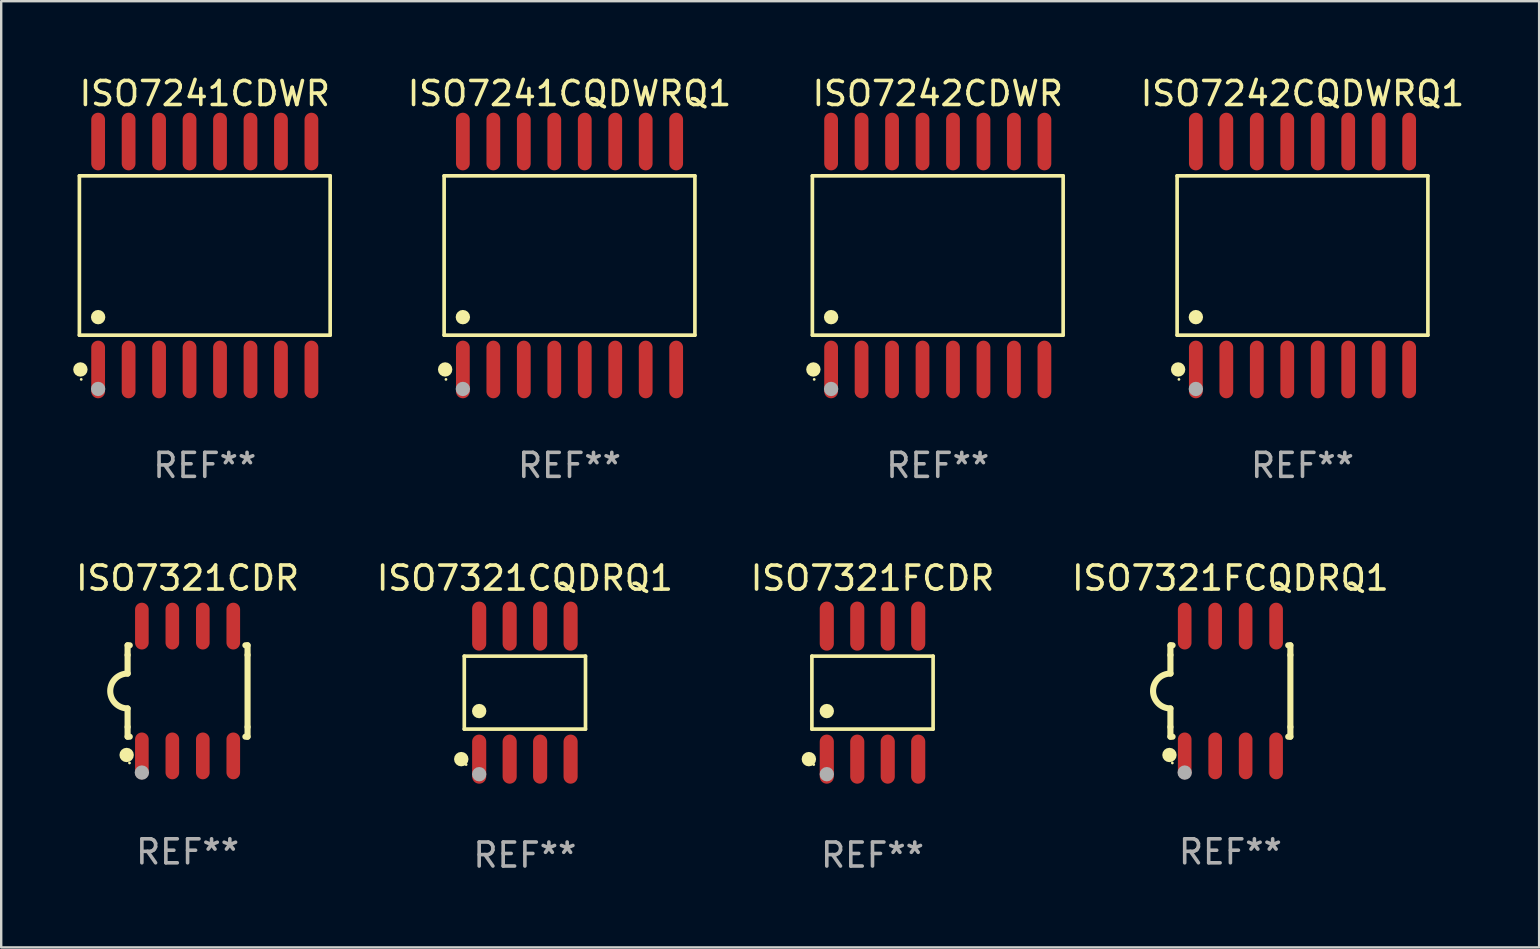
<source format=kicad_pcb>
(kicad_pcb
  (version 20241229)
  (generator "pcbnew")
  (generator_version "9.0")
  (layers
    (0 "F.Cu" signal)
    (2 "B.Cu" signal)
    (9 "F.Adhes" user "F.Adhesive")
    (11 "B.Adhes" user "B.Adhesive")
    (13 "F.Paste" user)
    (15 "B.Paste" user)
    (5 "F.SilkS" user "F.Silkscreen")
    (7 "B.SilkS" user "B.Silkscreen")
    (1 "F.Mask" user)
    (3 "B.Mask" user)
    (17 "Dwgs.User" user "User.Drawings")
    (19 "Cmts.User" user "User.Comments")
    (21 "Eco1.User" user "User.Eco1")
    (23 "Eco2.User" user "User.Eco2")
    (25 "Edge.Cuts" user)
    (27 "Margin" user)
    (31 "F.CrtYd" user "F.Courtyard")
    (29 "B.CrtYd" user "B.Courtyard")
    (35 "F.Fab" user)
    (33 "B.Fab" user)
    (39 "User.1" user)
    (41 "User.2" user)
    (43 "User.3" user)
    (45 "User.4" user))
  (footprint "ISO7321FCDR"
    (layer "F.Cu")
    (at 33.315 25.818)
    (property "Reference" "ISO7321FCDR" (at 0 -4.772 0) (layer "F.SilkS") (effects (font (size 1 1) (thickness 0.15))))
    (attr through_hole)
    (fp_line (start -2.526 -1.521) (end 2.526 -1.521) (stroke (width 0.152) (type solid)) (layer "F.SilkS"))
    (fp_line (start -2.526 1.521) (end -2.526 -1.521) (stroke (width 0.152) (type solid)) (layer "F.SilkS"))
    (fp_line (start 2.526 -1.521) (end 2.526 1.521) (stroke (width 0.152) (type solid)) (layer "F.SilkS"))
    (fp_line (start 2.526 1.521) (end -2.526 1.521) (stroke (width 0.152) (type solid)) (layer "F.SilkS"))
    (fp_circle (center -2.652 2.772) (end -2.501 2.772) (stroke (width 0.3) (type solid)) (fill no) (layer "F.SilkS"))
    (fp_circle (center -2.45 3) (end -2.42 3) (stroke (width 0.06) (type solid)) (fill no) (layer "F.SilkS"))
    (fp_circle (center -1.905 0.769) (end -1.755 0.769) (stroke (width 0.3) (type solid)) (fill no) (layer "F.SilkS"))
    (fp_circle (center -1.905 3.4) (end -1.755 3.4) (stroke (width 0.3) (type solid)) (fill no) (layer "F.Fab"))
    (fp_text user "REF**" (at 0 6.772 0) (layer "F.Fab") (effects (font (size 1 1) (thickness 0.15))))
    (pad "1" smd oval (at -1.905 2.772) (size 0.588 2.045) (layers "F.Cu" "F.Mask" "F.Paste"))
    (pad "2" smd oval (at -0.635 2.772) (size 0.588 2.045) (layers "F.Cu" "F.Mask" "F.Paste"))
    (pad "3" smd oval (at 0.635 2.772) (size 0.588 2.045) (layers "F.Cu" "F.Mask" "F.Paste"))
    (pad "4" smd oval (at 1.905 2.772) (size 0.588 2.045) (layers "F.Cu" "F.Mask" "F.Paste"))
    (pad "5" smd oval (at 1.905 -2.772) (size 0.588 2.045) (layers "F.Cu" "F.Mask" "F.Paste"))
    (pad "6" smd oval (at 0.635 -2.772) (size 0.588 2.045) (layers "F.Cu" "F.Mask" "F.Paste"))
    (pad "7" smd oval (at -0.635 -2.772) (size 0.588 2.045) (layers "F.Cu" "F.Mask" "F.Paste"))
    (pad "8" smd oval (at -1.905 -2.772) (size 0.588 2.045) (layers "F.Cu" "F.Mask" "F.Paste")))
  (footprint "ISO7241CDWR"
    (layer "F.Cu")
    (at 5.485 7.599)
    (property "Reference" "ISO7241CDWR" (at 0 -6.75 0) (layer "F.SilkS") (effects (font (size 1 1) (thickness 0.15))))
    (attr through_hole)
    (fp_line (start -5.226 -3.321) (end 5.226 -3.321) (stroke (width 0.152) (type solid)) (layer "F.SilkS"))
    (fp_line (start -5.226 3.321) (end -5.226 -3.321) (stroke (width 0.152) (type solid)) (layer "F.SilkS"))
    (fp_line (start 5.226 -3.321) (end 5.226 3.321) (stroke (width 0.152) (type solid)) (layer "F.SilkS"))
    (fp_line (start 5.226 3.321) (end -5.226 3.321) (stroke (width 0.152) (type solid)) (layer "F.SilkS"))
    (fp_circle (center -5.184 4.75) (end -5.034 4.75) (stroke (width 0.3) (type solid)) (fill no) (layer "F.SilkS"))
    (fp_circle (center -5.15 5.163) (end -5.12 5.163) (stroke (width 0.06) (type solid)) (fill no) (layer "F.SilkS"))
    (fp_circle (center -4.445 2.569) (end -4.295 2.569) (stroke (width 0.3) (type solid)) (fill no) (layer "F.SilkS"))
    (fp_circle (center -4.445 5.563) (end -4.295 5.563) (stroke (width 0.3) (type solid)) (fill no) (layer "F.Fab"))
    (fp_text user "REF**" (at 0 8.75 0) (layer "F.Fab") (effects (font (size 1 1) (thickness 0.15))))
    (pad "1" smd oval (at -4.445 4.75) (size 0.574 2.401) (layers "F.Cu" "F.Mask" "F.Paste"))
    (pad "2" smd oval (at -3.175 4.75) (size 0.574 2.401) (layers "F.Cu" "F.Mask" "F.Paste"))
    (pad "3" smd oval (at -1.905 4.75) (size 0.574 2.401) (layers "F.Cu" "F.Mask" "F.Paste"))
    (pad "4" smd oval (at -0.635 4.75) (size 0.574 2.401) (layers "F.Cu" "F.Mask" "F.Paste"))
    (pad "5" smd oval (at 0.635 4.75) (size 0.574 2.401) (layers "F.Cu" "F.Mask" "F.Paste"))
    (pad "6" smd oval (at 1.905 4.75) (size 0.574 2.401) (layers "F.Cu" "F.Mask" "F.Paste"))
    (pad "7" smd oval (at 3.175 4.75) (size 0.574 2.401) (layers "F.Cu" "F.Mask" "F.Paste"))
    (pad "8" smd oval (at 4.445 4.75) (size 0.574 2.401) (layers "F.Cu" "F.Mask" "F.Paste"))
    (pad "9" smd oval (at 4.445 -4.75) (size 0.574 2.401) (layers "F.Cu" "F.Mask" "F.Paste"))
    (pad "10" smd oval (at 3.175 -4.75) (size 0.574 2.401) (layers "F.Cu" "F.Mask" "F.Paste"))
    (pad "11" smd oval (at 1.905 -4.75) (size 0.574 2.401) (layers "F.Cu" "F.Mask" "F.Paste"))
    (pad "12" smd oval (at 0.635 -4.75) (size 0.574 2.401) (layers "F.Cu" "F.Mask" "F.Paste"))
    (pad "13" smd oval (at -0.635 -4.75) (size 0.574 2.401) (layers "F.Cu" "F.Mask" "F.Paste"))
    (pad "14" smd oval (at -1.905 -4.75) (size 0.574 2.401) (layers "F.Cu" "F.Mask" "F.Paste"))
    (pad "15" smd oval (at -3.175 -4.75) (size 0.574 2.401) (layers "F.Cu" "F.Mask" "F.Paste"))
    (pad "16" smd oval (at -4.445 -4.75) (size 0.574 2.401) (layers "F.Cu" "F.Mask" "F.Paste")))
  (footprint "ISO7241CQDWRQ1"
    (layer "F.Cu")
    (at 20.687 7.599)
    (property "Reference" "ISO7241CQDWRQ1" (at 0 -6.75 0) (layer "F.SilkS") (effects (font (size 1 1) (thickness 0.15))))
    (attr through_hole)
    (fp_line (start -5.226 -3.321) (end 5.226 -3.321) (stroke (width 0.152) (type solid)) (layer "F.SilkS"))
    (fp_line (start -5.226 3.321) (end -5.226 -3.321) (stroke (width 0.152) (type solid)) (layer "F.SilkS"))
    (fp_line (start 5.226 -3.321) (end 5.226 3.321) (stroke (width 0.152) (type solid)) (layer "F.SilkS"))
    (fp_line (start 5.226 3.321) (end -5.226 3.321) (stroke (width 0.152) (type solid)) (layer "F.SilkS"))
    (fp_circle (center -5.184 4.75) (end -5.034 4.75) (stroke (width 0.3) (type solid)) (fill no) (layer "F.SilkS"))
    (fp_circle (center -5.15 5.163) (end -5.12 5.163) (stroke (width 0.06) (type solid)) (fill no) (layer "F.SilkS"))
    (fp_circle (center -4.445 2.569) (end -4.295 2.569) (stroke (width 0.3) (type solid)) (fill no) (layer "F.SilkS"))
    (fp_circle (center -4.445 5.563) (end -4.295 5.563) (stroke (width 0.3) (type solid)) (fill no) (layer "F.Fab"))
    (fp_text user "REF**" (at 0 8.75 0) (layer "F.Fab") (effects (font (size 1 1) (thickness 0.15))))
    (pad "1" smd oval (at -4.445 4.75) (size 0.574 2.401) (layers "F.Cu" "F.Mask" "F.Paste"))
    (pad "2" smd oval (at -3.175 4.75) (size 0.574 2.401) (layers "F.Cu" "F.Mask" "F.Paste"))
    (pad "3" smd oval (at -1.905 4.75) (size 0.574 2.401) (layers "F.Cu" "F.Mask" "F.Paste"))
    (pad "4" smd oval (at -0.635 4.75) (size 0.574 2.401) (layers "F.Cu" "F.Mask" "F.Paste"))
    (pad "5" smd oval (at 0.635 4.75) (size 0.574 2.401) (layers "F.Cu" "F.Mask" "F.Paste"))
    (pad "6" smd oval (at 1.905 4.75) (size 0.574 2.401) (layers "F.Cu" "F.Mask" "F.Paste"))
    (pad "7" smd oval (at 3.175 4.75) (size 0.574 2.401) (layers "F.Cu" "F.Mask" "F.Paste"))
    (pad "8" smd oval (at 4.445 4.75) (size 0.574 2.401) (layers "F.Cu" "F.Mask" "F.Paste"))
    (pad "9" smd oval (at 4.445 -4.75) (size 0.574 2.401) (layers "F.Cu" "F.Mask" "F.Paste"))
    (pad "10" smd oval (at 3.175 -4.75) (size 0.574 2.401) (layers "F.Cu" "F.Mask" "F.Paste"))
    (pad "11" smd oval (at 1.905 -4.75) (size 0.574 2.401) (layers "F.Cu" "F.Mask" "F.Paste"))
    (pad "12" smd oval (at 0.635 -4.75) (size 0.574 2.401) (layers "F.Cu" "F.Mask" "F.Paste"))
    (pad "13" smd oval (at -0.635 -4.75) (size 0.574 2.401) (layers "F.Cu" "F.Mask" "F.Paste"))
    (pad "14" smd oval (at -1.905 -4.75) (size 0.574 2.401) (layers "F.Cu" "F.Mask" "F.Paste"))
    (pad "15" smd oval (at -3.175 -4.75) (size 0.574 2.401) (layers "F.Cu" "F.Mask" "F.Paste"))
    (pad "16" smd oval (at -4.445 -4.75) (size 0.574 2.401) (layers "F.Cu" "F.Mask" "F.Paste")))
  (footprint "ISO7321CQDRQ1"
    (layer "F.Cu")
    (at 18.827 25.818)
    (property "Reference" "ISO7321CQDRQ1" (at 0 -4.772 0) (layer "F.SilkS") (effects (font (size 1 1) (thickness 0.15))))
    (attr through_hole)
    (fp_line (start -2.526 -1.521) (end 2.526 -1.521) (stroke (width 0.152) (type solid)) (layer "F.SilkS"))
    (fp_line (start -2.526 1.521) (end -2.526 -1.521) (stroke (width 0.152) (type solid)) (layer "F.SilkS"))
    (fp_line (start 2.526 -1.521) (end 2.526 1.521) (stroke (width 0.152) (type solid)) (layer "F.SilkS"))
    (fp_line (start 2.526 1.521) (end -2.526 1.521) (stroke (width 0.152) (type solid)) (layer "F.SilkS"))
    (fp_circle (center -2.652 2.772) (end -2.501 2.772) (stroke (width 0.3) (type solid)) (fill no) (layer "F.SilkS"))
    (fp_circle (center -2.45 3) (end -2.42 3) (stroke (width 0.06) (type solid)) (fill no) (layer "F.SilkS"))
    (fp_circle (center -1.905 0.769) (end -1.755 0.769) (stroke (width 0.3) (type solid)) (fill no) (layer "F.SilkS"))
    (fp_circle (center -1.905 3.4) (end -1.755 3.4) (stroke (width 0.3) (type solid)) (fill no) (layer "F.Fab"))
    (fp_text user "REF**" (at 0 6.772 0) (layer "F.Fab") (effects (font (size 1 1) (thickness 0.15))))
    (pad "1" smd oval (at -1.905 2.772) (size 0.588 2.045) (layers "F.Cu" "F.Mask" "F.Paste"))
    (pad "2" smd oval (at -0.635 2.772) (size 0.588 2.045) (layers "F.Cu" "F.Mask" "F.Paste"))
    (pad "3" smd oval (at 0.635 2.772) (size 0.588 2.045) (layers "F.Cu" "F.Mask" "F.Paste"))
    (pad "4" smd oval (at 1.905 2.772) (size 0.588 2.045) (layers "F.Cu" "F.Mask" "F.Paste"))
    (pad "5" smd oval (at 1.905 -2.772) (size 0.588 2.045) (layers "F.Cu" "F.Mask" "F.Paste"))
    (pad "6" smd oval (at 0.635 -2.772) (size 0.588 2.045) (layers "F.Cu" "F.Mask" "F.Paste"))
    (pad "7" smd oval (at -0.635 -2.772) (size 0.588 2.045) (layers "F.Cu" "F.Mask" "F.Paste"))
    (pad "8" smd oval (at -1.905 -2.772) (size 0.588 2.045) (layers "F.Cu" "F.Mask" "F.Paste")))
  (footprint "ISO7321FCQDRQ1"
    (layer "F.Cu")
    (at 48.232 25.75)
    (property "Reference" "ISO7321FCQDRQ1" (at 0 -4.705 0) (layer "F.SilkS") (effects (font (size 1 1) (thickness 0.15))))
    (attr through_hole)
    (fp_line (start -2.5 -1.905) (end -2.409 -1.905) (stroke (width 0.254) (type solid)) (layer "F.SilkS"))
    (fp_line (start -2.5 -1.5) (end -2.5 -1.905) (stroke (width 0.254) (type solid)) (layer "F.SilkS"))
    (fp_line (start -2.5 -1.5) (end -2.5 -0.726) (stroke (width 0.254) (type solid)) (layer "F.SilkS"))
    (fp_line (start -2.5 1.5) (end -2.5 0.727) (stroke (width 0.254) (type solid)) (layer "F.SilkS"))
    (fp_line (start -2.5 1.5) (end -2.5 1.905) (stroke (width 0.254) (type solid)) (layer "F.SilkS"))
    (fp_line (start -2.5 1.905) (end -2.409 1.905) (stroke (width 0.254) (type solid)) (layer "F.SilkS"))
    (fp_line (start 2.5 -1.905) (end 2.409 -1.905) (stroke (width 0.254) (type solid)) (layer "F.SilkS"))
    (fp_line (start 2.5 -1.5) (end 2.5 -1.905) (stroke (width 0.254) (type solid)) (layer "F.SilkS"))
    (fp_line (start 2.5 -1.5) (end 2.5 1.5) (stroke (width 0.254) (type solid)) (layer "F.SilkS"))
    (fp_line (start 2.5 1.5) (end 2.5 1.905) (stroke (width 0.254) (type solid)) (layer "F.SilkS"))
    (fp_line (start 2.5 1.905) (end 2.409 1.905) (stroke (width 0.254) (type solid)) (layer "F.SilkS"))
    (fp_arc (start -2.5 0.726568) (mid -3.220316 -0.0023) (end -2.495097 -0.726289) (stroke (width 0.254001) (type solid)) (layer "F.SilkS"))
    (fp_circle (center -2.54 2.667) (end -2.39 2.667) (stroke (width 0.3) (type solid)) (fill no) (layer "F.SilkS"))
    (fp_circle (center -2.42 3) (end -2.39 3) (stroke (width 0.06) (type solid)) (fill no) (layer "F.SilkS"))
    (fp_circle (center -1.905 3.4) (end -1.755 3.4) (stroke (width 0.3) (type solid)) (fill no) (layer "F.Fab"))
    (fp_text user "REF**" (at 0 6.705 0) (layer "F.Fab") (effects (font (size 1 1) (thickness 0.15))))
    (pad "1" smd oval (at -1.905 2.705) (size 0.568 1.95) (layers "F.Cu" "F.Mask" "F.Paste"))
    (pad "2" smd oval (at -0.635 2.705) (size 0.568 1.95) (layers "F.Cu" "F.Mask" "F.Paste"))
    (pad "3" smd oval (at 0.635 2.705) (size 0.568 1.95) (layers "F.Cu" "F.Mask" "F.Paste"))
    (pad "4" smd oval (at 1.905 2.705) (size 0.568 1.95) (layers "F.Cu" "F.Mask" "F.Paste"))
    (pad "5" smd oval (at 1.905 -2.705) (size 0.568 1.95) (layers "F.Cu" "F.Mask" "F.Paste"))
    (pad "6" smd oval (at 0.635 -2.705) (size 0.568 1.95) (layers "F.Cu" "F.Mask" "F.Paste"))
    (pad "7" smd oval (at -0.635 -2.705) (size 0.568 1.95) (layers "F.Cu" "F.Mask" "F.Paste"))
    (pad "8" smd oval (at -1.905 -2.705) (size 0.568 1.95) (layers "F.Cu" "F.Mask" "F.Paste")))
  (footprint "ISO7242CQDWRQ1"
    (layer "F.Cu")
    (at 51.237 7.599)
    (property "Reference" "ISO7242CQDWRQ1" (at 0 -6.75 0) (layer "F.SilkS") (effects (font (size 1 1) (thickness 0.15))))
    (attr through_hole)
    (fp_line (start -5.226 -3.321) (end 5.226 -3.321) (stroke (width 0.152) (type solid)) (layer "F.SilkS"))
    (fp_line (start -5.226 3.321) (end -5.226 -3.321) (stroke (width 0.152) (type solid)) (layer "F.SilkS"))
    (fp_line (start 5.226 -3.321) (end 5.226 3.321) (stroke (width 0.152) (type solid)) (layer "F.SilkS"))
    (fp_line (start 5.226 3.321) (end -5.226 3.321) (stroke (width 0.152) (type solid)) (layer "F.SilkS"))
    (fp_circle (center -5.184 4.75) (end -5.034 4.75) (stroke (width 0.3) (type solid)) (fill no) (layer "F.SilkS"))
    (fp_circle (center -5.15 5.163) (end -5.12 5.163) (stroke (width 0.06) (type solid)) (fill no) (layer "F.SilkS"))
    (fp_circle (center -4.445 2.569) (end -4.295 2.569) (stroke (width 0.3) (type solid)) (fill no) (layer "F.SilkS"))
    (fp_circle (center -4.445 5.563) (end -4.295 5.563) (stroke (width 0.3) (type solid)) (fill no) (layer "F.Fab"))
    (fp_text user "REF**" (at 0 8.75 0) (layer "F.Fab") (effects (font (size 1 1) (thickness 0.15))))
    (pad "1" smd oval (at -4.445 4.75) (size 0.574 2.401) (layers "F.Cu" "F.Mask" "F.Paste"))
    (pad "2" smd oval (at -3.175 4.75) (size 0.574 2.401) (layers "F.Cu" "F.Mask" "F.Paste"))
    (pad "3" smd oval (at -1.905 4.75) (size 0.574 2.401) (layers "F.Cu" "F.Mask" "F.Paste"))
    (pad "4" smd oval (at -0.635 4.75) (size 0.574 2.401) (layers "F.Cu" "F.Mask" "F.Paste"))
    (pad "5" smd oval (at 0.635 4.75) (size 0.574 2.401) (layers "F.Cu" "F.Mask" "F.Paste"))
    (pad "6" smd oval (at 1.905 4.75) (size 0.574 2.401) (layers "F.Cu" "F.Mask" "F.Paste"))
    (pad "7" smd oval (at 3.175 4.75) (size 0.574 2.401) (layers "F.Cu" "F.Mask" "F.Paste"))
    (pad "8" smd oval (at 4.445 4.75) (size 0.574 2.401) (layers "F.Cu" "F.Mask" "F.Paste"))
    (pad "9" smd oval (at 4.445 -4.75) (size 0.574 2.401) (layers "F.Cu" "F.Mask" "F.Paste"))
    (pad "10" smd oval (at 3.175 -4.75) (size 0.574 2.401) (layers "F.Cu" "F.Mask" "F.Paste"))
    (pad "11" smd oval (at 1.905 -4.75) (size 0.574 2.401) (layers "F.Cu" "F.Mask" "F.Paste"))
    (pad "12" smd oval (at 0.635 -4.75) (size 0.574 2.401) (layers "F.Cu" "F.Mask" "F.Paste"))
    (pad "13" smd oval (at -0.635 -4.75) (size 0.574 2.401) (layers "F.Cu" "F.Mask" "F.Paste"))
    (pad "14" smd oval (at -1.905 -4.75) (size 0.574 2.401) (layers "F.Cu" "F.Mask" "F.Paste"))
    (pad "15" smd oval (at -3.175 -4.75) (size 0.574 2.401) (layers "F.Cu" "F.Mask" "F.Paste"))
    (pad "16" smd oval (at -4.445 -4.75) (size 0.574 2.401) (layers "F.Cu" "F.Mask" "F.Paste")))
  (footprint "ISO7242CDWR"
    (layer "F.Cu")
    (at 36.035 7.599)
    (property "Reference" "ISO7242CDWR" (at 0 -6.75 0) (layer "F.SilkS") (effects (font (size 1 1) (thickness 0.15))))
    (attr through_hole)
    (fp_line (start -5.226 -3.321) (end 5.226 -3.321) (stroke (width 0.152) (type solid)) (layer "F.SilkS"))
    (fp_line (start -5.226 3.321) (end -5.226 -3.321) (stroke (width 0.152) (type solid)) (layer "F.SilkS"))
    (fp_line (start 5.226 -3.321) (end 5.226 3.321) (stroke (width 0.152) (type solid)) (layer "F.SilkS"))
    (fp_line (start 5.226 3.321) (end -5.226 3.321) (stroke (width 0.152) (type solid)) (layer "F.SilkS"))
    (fp_circle (center -5.184 4.75) (end -5.034 4.75) (stroke (width 0.3) (type solid)) (fill no) (layer "F.SilkS"))
    (fp_circle (center -5.15 5.163) (end -5.12 5.163) (stroke (width 0.06) (type solid)) (fill no) (layer "F.SilkS"))
    (fp_circle (center -4.445 2.569) (end -4.295 2.569) (stroke (width 0.3) (type solid)) (fill no) (layer "F.SilkS"))
    (fp_circle (center -4.445 5.563) (end -4.295 5.563) (stroke (width 0.3) (type solid)) (fill no) (layer "F.Fab"))
    (fp_text user "REF**" (at 0 8.75 0) (layer "F.Fab") (effects (font (size 1 1) (thickness 0.15))))
    (pad "1" smd oval (at -4.445 4.75) (size 0.574 2.401) (layers "F.Cu" "F.Mask" "F.Paste"))
    (pad "2" smd oval (at -3.175 4.75) (size 0.574 2.401) (layers "F.Cu" "F.Mask" "F.Paste"))
    (pad "3" smd oval (at -1.905 4.75) (size 0.574 2.401) (layers "F.Cu" "F.Mask" "F.Paste"))
    (pad "4" smd oval (at -0.635 4.75) (size 0.574 2.401) (layers "F.Cu" "F.Mask" "F.Paste"))
    (pad "5" smd oval (at 0.635 4.75) (size 0.574 2.401) (layers "F.Cu" "F.Mask" "F.Paste"))
    (pad "6" smd oval (at 1.905 4.75) (size 0.574 2.401) (layers "F.Cu" "F.Mask" "F.Paste"))
    (pad "7" smd oval (at 3.175 4.75) (size 0.574 2.401) (layers "F.Cu" "F.Mask" "F.Paste"))
    (pad "8" smd oval (at 4.445 4.75) (size 0.574 2.401) (layers "F.Cu" "F.Mask" "F.Paste"))
    (pad "9" smd oval (at 4.445 -4.75) (size 0.574 2.401) (layers "F.Cu" "F.Mask" "F.Paste"))
    (pad "10" smd oval (at 3.175 -4.75) (size 0.574 2.401) (layers "F.Cu" "F.Mask" "F.Paste"))
    (pad "11" smd oval (at 1.905 -4.75) (size 0.574 2.401) (layers "F.Cu" "F.Mask" "F.Paste"))
    (pad "12" smd oval (at 0.635 -4.75) (size 0.574 2.401) (layers "F.Cu" "F.Mask" "F.Paste"))
    (pad "13" smd oval (at -0.635 -4.75) (size 0.574 2.401) (layers "F.Cu" "F.Mask" "F.Paste"))
    (pad "14" smd oval (at -1.905 -4.75) (size 0.574 2.401) (layers "F.Cu" "F.Mask" "F.Paste"))
    (pad "15" smd oval (at -3.175 -4.75) (size 0.574 2.401) (layers "F.Cu" "F.Mask" "F.Paste"))
    (pad "16" smd oval (at -4.445 -4.75) (size 0.574 2.401) (layers "F.Cu" "F.Mask" "F.Paste")))
  (footprint "ISO7321CDR"
    (layer "F.Cu")
    (at 4.768 25.75)
    (property "Reference" "ISO7321CDR" (at 0 -4.705 0) (layer "F.SilkS") (effects (font (size 1 1) (thickness 0.15))))
    (attr through_hole)
    (fp_line (start -2.5 -1.905) (end -2.409 -1.905) (stroke (width 0.254) (type solid)) (layer "F.SilkS"))
    (fp_line (start -2.5 -1.5) (end -2.5 -1.905) (stroke (width 0.254) (type solid)) (layer "F.SilkS"))
    (fp_line (start -2.5 -1.5) (end -2.5 -0.726) (stroke (width 0.254) (type solid)) (layer "F.SilkS"))
    (fp_line (start -2.5 1.5) (end -2.5 0.727) (stroke (width 0.254) (type solid)) (layer "F.SilkS"))
    (fp_line (start -2.5 1.5) (end -2.5 1.905) (stroke (width 0.254) (type solid)) (layer "F.SilkS"))
    (fp_line (start -2.5 1.905) (end -2.409 1.905) (stroke (width 0.254) (type solid)) (layer "F.SilkS"))
    (fp_line (start 2.5 -1.905) (end 2.409 -1.905) (stroke (width 0.254) (type solid)) (layer "F.SilkS"))
    (fp_line (start 2.5 -1.5) (end 2.5 -1.905) (stroke (width 0.254) (type solid)) (layer "F.SilkS"))
    (fp_line (start 2.5 -1.5) (end 2.5 1.5) (stroke (width 0.254) (type solid)) (layer "F.SilkS"))
    (fp_line (start 2.5 1.5) (end 2.5 1.905) (stroke (width 0.254) (type solid)) (layer "F.SilkS"))
    (fp_line (start 2.5 1.905) (end 2.409 1.905) (stroke (width 0.254) (type solid)) (layer "F.SilkS"))
    (fp_arc (start -2.5 0.726568) (mid -3.220316 -0.0023) (end -2.495097 -0.726289) (stroke (width 0.254001) (type solid)) (layer "F.SilkS"))
    (fp_circle (center -2.54 2.667) (end -2.39 2.667) (stroke (width 0.3) (type solid)) (fill no) (layer "F.SilkS"))
    (fp_circle (center -2.42 3) (end -2.39 3) (stroke (width 0.06) (type solid)) (fill no) (layer "F.SilkS"))
    (fp_circle (center -1.905 3.4) (end -1.755 3.4) (stroke (width 0.3) (type solid)) (fill no) (layer "F.Fab"))
    (fp_text user "REF**" (at 0 6.705 0) (layer "F.Fab") (effects (font (size 1 1) (thickness 0.15))))
    (pad "1" smd oval (at -1.905 2.705) (size 0.568 1.95) (layers "F.Cu" "F.Mask" "F.Paste"))
    (pad "2" smd oval (at -0.635 2.705) (size 0.568 1.95) (layers "F.Cu" "F.Mask" "F.Paste"))
    (pad "3" smd oval (at 0.635 2.705) (size 0.568 1.95) (layers "F.Cu" "F.Mask" "F.Paste"))
    (pad "4" smd oval (at 1.905 2.705) (size 0.568 1.95) (layers "F.Cu" "F.Mask" "F.Paste"))
    (pad "5" smd oval (at 1.905 -2.705) (size 0.568 1.95) (layers "F.Cu" "F.Mask" "F.Paste"))
    (pad "6" smd oval (at 0.635 -2.705) (size 0.568 1.95) (layers "F.Cu" "F.Mask" "F.Paste"))
    (pad "7" smd oval (at -0.635 -2.705) (size 0.568 1.95) (layers "F.Cu" "F.Mask" "F.Paste"))
    (pad "8" smd oval (at -1.905 -2.705) (size 0.568 1.95) (layers "F.Cu" "F.Mask" "F.Paste")))
  (gr_rect
    (start -3 -3)
    (end 61.1 36.438)
    (stroke (width 0.1) (type default))
    (fill no)
    (layer "Edge.Cuts")))
</source>
